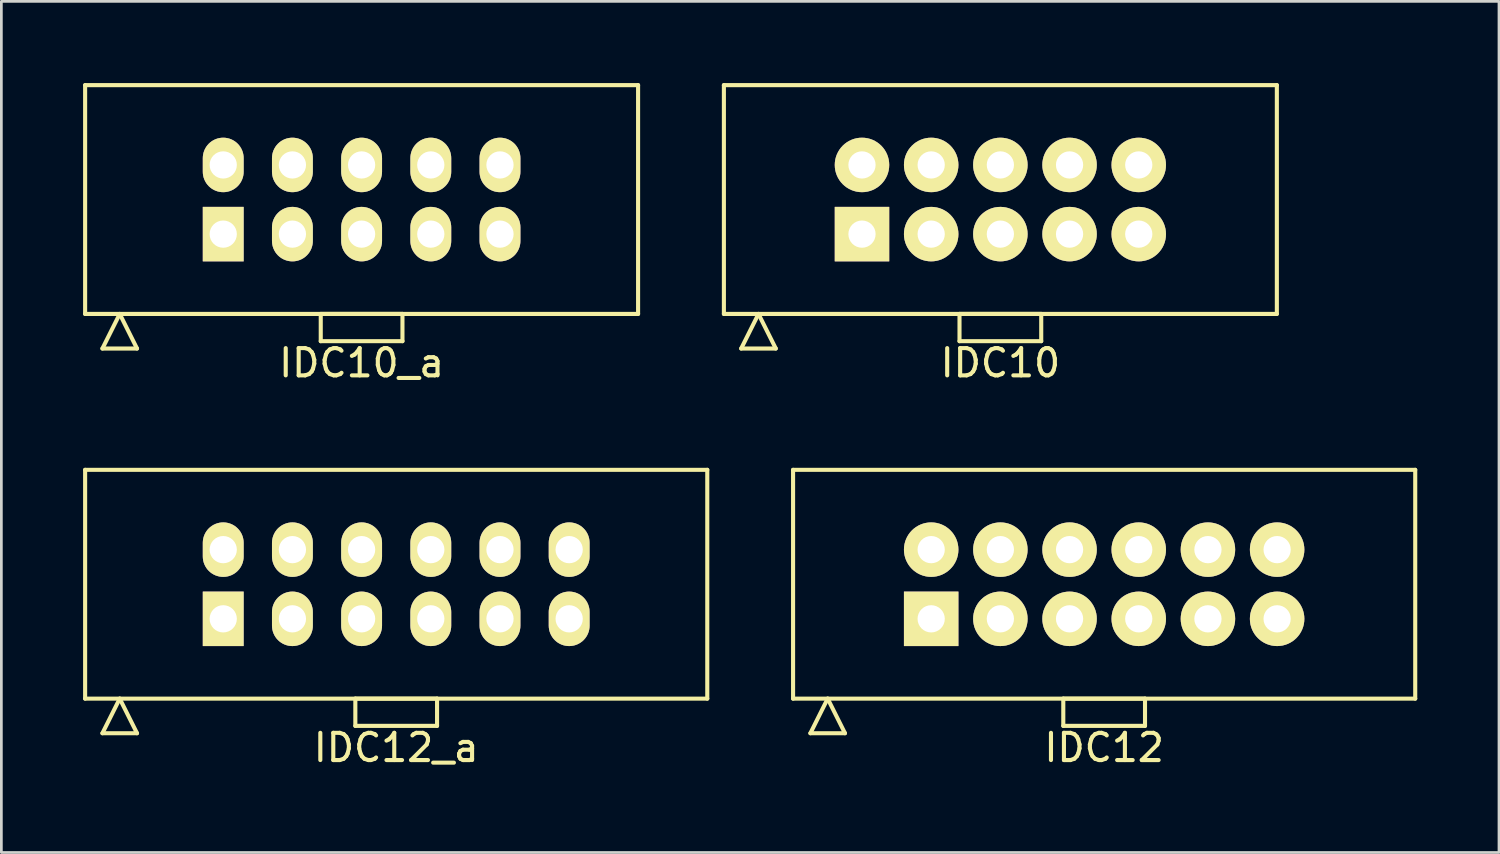
<source format=kicad_pcb>
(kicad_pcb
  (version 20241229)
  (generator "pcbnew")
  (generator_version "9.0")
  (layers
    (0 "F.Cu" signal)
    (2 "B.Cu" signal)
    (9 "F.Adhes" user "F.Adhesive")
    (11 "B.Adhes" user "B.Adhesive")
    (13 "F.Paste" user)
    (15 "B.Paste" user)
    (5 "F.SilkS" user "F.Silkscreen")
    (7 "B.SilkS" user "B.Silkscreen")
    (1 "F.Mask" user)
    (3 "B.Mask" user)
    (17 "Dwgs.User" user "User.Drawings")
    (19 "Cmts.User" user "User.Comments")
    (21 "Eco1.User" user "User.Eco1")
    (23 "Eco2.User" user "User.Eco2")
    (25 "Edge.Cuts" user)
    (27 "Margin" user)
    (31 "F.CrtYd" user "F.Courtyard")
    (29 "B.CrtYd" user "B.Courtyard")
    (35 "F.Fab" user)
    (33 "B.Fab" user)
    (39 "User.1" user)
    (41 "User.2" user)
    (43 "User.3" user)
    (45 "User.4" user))
  (footprint "IDC12_a"
    (layer "F.Cu")
    (at 11.495 18.398)
    (property "Reference" "IDC12_a" (at 0 6 0) (layer "F.SilkS") (effects (font (size 1 1) (thickness 0.15))))
    (attr through_hole)
    (fp_line (start -11.42 -4.2) (end -11.42 4.2) (stroke (width 0.15) (type solid)) (layer "F.SilkS"))
    (fp_line (start -11.42 4.2) (end 11.42 4.2) (stroke (width 0.15) (type solid)) (layer "F.SilkS"))
    (fp_line (start -10.785 5.47) (end -10.15 4.2) (stroke (width 0.15) (type solid)) (layer "F.SilkS"))
    (fp_line (start -10.785 5.47) (end -9.515 5.47) (stroke (width 0.15) (type solid)) (layer "F.SilkS"))
    (fp_line (start -9.515 5.47) (end -10.15 4.2) (stroke (width 0.15) (type solid)) (layer "F.SilkS"))
    (fp_line (start -1.5 4.2) (end -1.5 5.2) (stroke (width 0.15) (type solid)) (layer "F.SilkS"))
    (fp_line (start -1.5 5.2) (end 1.5 5.2) (stroke (width 0.15) (type solid)) (layer "F.SilkS"))
    (fp_line (start 1.5 4.2) (end -1.5 4.2) (stroke (width 0.15) (type solid)) (layer "F.SilkS"))
    (fp_line (start 1.5 5.2) (end 1.5 4.2) (stroke (width 0.15) (type solid)) (layer "F.SilkS"))
    (fp_line (start 11.42 -4.2) (end -11.42 -4.2) (stroke (width 0.15) (type solid)) (layer "F.SilkS"))
    (fp_line (start 11.42 4.2) (end 11.42 -4.2) (stroke (width 0.15) (type solid)) (layer "F.SilkS"))
    (pad "1" thru_hole rect (at -6.35 1.27) (size 1.5 2) (drill 1) (layers "*.Cu" "*.Mask" "F.SilkS"))
    (pad "2" thru_hole oval (at -6.35 -1.27) (size 1.5 2) (drill 1) (layers "*.Cu" "*.Mask" "F.SilkS"))
    (pad "3" thru_hole oval (at -3.81 1.27) (size 1.5 2) (drill 1) (layers "*.Cu" "*.Mask" "F.SilkS"))
    (pad "4" thru_hole oval (at -3.81 -1.27) (size 1.5 2) (drill 1) (layers "*.Cu" "*.Mask" "F.SilkS"))
    (pad "5" thru_hole oval (at -1.27 1.27) (size 1.5 2) (drill 1) (layers "*.Cu" "*.Mask" "F.SilkS"))
    (pad "6" thru_hole oval (at -1.27 -1.27) (size 1.5 2) (drill 1) (layers "*.Cu" "*.Mask" "F.SilkS"))
    (pad "7" thru_hole oval (at 1.27 1.27) (size 1.5 2) (drill 1) (layers "*.Cu" "*.Mask" "F.SilkS"))
    (pad "8" thru_hole oval (at 1.27 -1.27) (size 1.5 2) (drill 1) (layers "*.Cu" "*.Mask" "F.SilkS"))
    (pad "9" thru_hole oval (at 3.81 1.27) (size 1.5 2) (drill 1) (layers "*.Cu" "*.Mask" "F.SilkS"))
    (pad "10" thru_hole oval (at 3.81 -1.27) (size 1.5 2) (drill 1) (layers "*.Cu" "*.Mask" "F.SilkS"))
    (pad "11" thru_hole oval (at 6.35 1.27) (size 1.5 2) (drill 1) (layers "*.Cu" "*.Mask" "F.SilkS"))
    (pad "12" thru_hole oval (at 6.35 -1.27) (size 1.5 2) (drill 1) (layers "*.Cu" "*.Mask" "F.SilkS")))
  (footprint "IDC12"
    (layer "F.Cu")
    (at 37.485 18.398)
    (property "Reference" "IDC12" (at 0 6 0) (layer "F.SilkS") (effects (font (size 1 1) (thickness 0.15))))
    (attr through_hole)
    (fp_line (start -11.42 -4.2) (end -11.42 4.2) (stroke (width 0.15) (type solid)) (layer "F.SilkS"))
    (fp_line (start -11.42 4.2) (end 11.42 4.2) (stroke (width 0.15) (type solid)) (layer "F.SilkS"))
    (fp_line (start -10.785 5.47) (end -10.15 4.2) (stroke (width 0.15) (type solid)) (layer "F.SilkS"))
    (fp_line (start -10.785 5.47) (end -9.515 5.47) (stroke (width 0.15) (type solid)) (layer "F.SilkS"))
    (fp_line (start -9.515 5.47) (end -10.15 4.2) (stroke (width 0.15) (type solid)) (layer "F.SilkS"))
    (fp_line (start -1.5 4.2) (end -1.5 5.2) (stroke (width 0.15) (type solid)) (layer "F.SilkS"))
    (fp_line (start -1.5 5.2) (end 1.5 5.2) (stroke (width 0.15) (type solid)) (layer "F.SilkS"))
    (fp_line (start 1.5 4.2) (end -1.5 4.2) (stroke (width 0.15) (type solid)) (layer "F.SilkS"))
    (fp_line (start 1.5 5.2) (end 1.5 4.2) (stroke (width 0.15) (type solid)) (layer "F.SilkS"))
    (fp_line (start 11.42 -4.2) (end -11.42 -4.2) (stroke (width 0.15) (type solid)) (layer "F.SilkS"))
    (fp_line (start 11.42 4.2) (end 11.42 -4.2) (stroke (width 0.15) (type solid)) (layer "F.SilkS"))
    (pad "1" thru_hole rect (at -6.35 1.27) (size 2 2) (drill 1) (layers "*.Cu" "*.Mask" "F.SilkS"))
    (pad "2" thru_hole oval (at -6.35 -1.27) (size 2 2) (drill 1) (layers "*.Cu" "*.Mask" "F.SilkS"))
    (pad "3" thru_hole oval (at -3.81 1.27) (size 2 2) (drill 1) (layers "*.Cu" "*.Mask" "F.SilkS"))
    (pad "4" thru_hole oval (at -3.81 -1.27) (size 2 2) (drill 1) (layers "*.Cu" "*.Mask" "F.SilkS"))
    (pad "5" thru_hole oval (at -1.27 1.27) (size 2 2) (drill 1) (layers "*.Cu" "*.Mask" "F.SilkS"))
    (pad "6" thru_hole oval (at -1.27 -1.27) (size 2 2) (drill 1) (layers "*.Cu" "*.Mask" "F.SilkS"))
    (pad "7" thru_hole oval (at 1.27 1.27) (size 2 2) (drill 1) (layers "*.Cu" "*.Mask" "F.SilkS"))
    (pad "8" thru_hole oval (at 1.27 -1.27) (size 2 2) (drill 1) (layers "*.Cu" "*.Mask" "F.SilkS"))
    (pad "9" thru_hole oval (at 3.81 1.27) (size 2 2) (drill 1) (layers "*.Cu" "*.Mask" "F.SilkS"))
    (pad "10" thru_hole oval (at 3.81 -1.27) (size 2 2) (drill 1) (layers "*.Cu" "*.Mask" "F.SilkS"))
    (pad "11" thru_hole oval (at 6.35 1.27) (size 2 2) (drill 1) (layers "*.Cu" "*.Mask" "F.SilkS"))
    (pad "12" thru_hole oval (at 6.35 -1.27) (size 2 2) (drill 1) (layers "*.Cu" "*.Mask" "F.SilkS")))
  (footprint "IDC10"
    (layer "F.Cu")
    (at 33.675 4.275)
    (property "Reference" "IDC10" (at 0 6 0) (layer "F.SilkS") (effects (font (size 1 1) (thickness 0.15))))
    (attr through_hole)
    (fp_line (start -10.15 -4.2) (end -10.15 4.2) (stroke (width 0.15) (type solid)) (layer "F.SilkS"))
    (fp_line (start -10.15 4.2) (end 10.15 4.2) (stroke (width 0.15) (type solid)) (layer "F.SilkS"))
    (fp_line (start -9.515 5.47) (end -8.88 4.2) (stroke (width 0.15) (type solid)) (layer "F.SilkS"))
    (fp_line (start -9.515 5.47) (end -8.245 5.47) (stroke (width 0.15) (type solid)) (layer "F.SilkS"))
    (fp_line (start -8.245 5.47) (end -8.88 4.2) (stroke (width 0.15) (type solid)) (layer "F.SilkS"))
    (fp_line (start -1.5 4.2) (end -1.5 5.2) (stroke (width 0.15) (type solid)) (layer "F.SilkS"))
    (fp_line (start -1.5 5.2) (end 1.5 5.2) (stroke (width 0.15) (type solid)) (layer "F.SilkS"))
    (fp_line (start 1.5 4.2) (end -1.5 4.2) (stroke (width 0.15) (type solid)) (layer "F.SilkS"))
    (fp_line (start 1.5 5.2) (end 1.5 4.2) (stroke (width 0.15) (type solid)) (layer "F.SilkS"))
    (fp_line (start 10.15 -4.2) (end -10.15 -4.2) (stroke (width 0.15) (type solid)) (layer "F.SilkS"))
    (fp_line (start 10.15 4.2) (end 10.15 -4.2) (stroke (width 0.15) (type solid)) (layer "F.SilkS"))
    (pad "1" thru_hole rect (at -5.08 1.27) (size 2 2) (drill 1) (layers "*.Cu" "*.Mask" "F.SilkS"))
    (pad "2" thru_hole oval (at -5.08 -1.27) (size 2 2) (drill 1) (layers "*.Cu" "*.Mask" "F.SilkS"))
    (pad "3" thru_hole oval (at -2.54 1.27) (size 2 2) (drill 1) (layers "*.Cu" "*.Mask" "F.SilkS"))
    (pad "4" thru_hole oval (at -2.54 -1.27) (size 2 2) (drill 1) (layers "*.Cu" "*.Mask" "F.SilkS"))
    (pad "5" thru_hole oval (at 0 1.27) (size 2 2) (drill 1) (layers "*.Cu" "*.Mask" "F.SilkS"))
    (pad "6" thru_hole oval (at 0 -1.27) (size 2 2) (drill 1) (layers "*.Cu" "*.Mask" "F.SilkS"))
    (pad "7" thru_hole oval (at 2.54 1.27) (size 2 2) (drill 1) (layers "*.Cu" "*.Mask" "F.SilkS"))
    (pad "8" thru_hole oval (at 2.54 -1.27) (size 2 2) (drill 1) (layers "*.Cu" "*.Mask" "F.SilkS"))
    (pad "9" thru_hole oval (at 5.08 1.27) (size 2 2) (drill 1) (layers "*.Cu" "*.Mask" "F.SilkS"))
    (pad "10" thru_hole oval (at 5.08 -1.27) (size 2 2) (drill 1) (layers "*.Cu" "*.Mask" "F.SilkS")))
  (footprint "IDC10_a"
    (layer "F.Cu")
    (at 10.225 4.275)
    (property "Reference" "IDC10_a" (at 0 6 0) (layer "F.SilkS") (effects (font (size 1 1) (thickness 0.15))))
    (attr through_hole)
    (fp_line (start -10.15 -4.2) (end -10.15 4.2) (stroke (width 0.15) (type solid)) (layer "F.SilkS"))
    (fp_line (start -10.15 4.2) (end 10.15 4.2) (stroke (width 0.15) (type solid)) (layer "F.SilkS"))
    (fp_line (start -9.515 5.47) (end -8.88 4.2) (stroke (width 0.15) (type solid)) (layer "F.SilkS"))
    (fp_line (start -9.515 5.47) (end -8.245 5.47) (stroke (width 0.15) (type solid)) (layer "F.SilkS"))
    (fp_line (start -8.245 5.47) (end -8.88 4.2) (stroke (width 0.15) (type solid)) (layer "F.SilkS"))
    (fp_line (start -1.5 4.2) (end -1.5 5.2) (stroke (width 0.15) (type solid)) (layer "F.SilkS"))
    (fp_line (start -1.5 5.2) (end 1.5 5.2) (stroke (width 0.15) (type solid)) (layer "F.SilkS"))
    (fp_line (start 1.5 4.2) (end -1.5 4.2) (stroke (width 0.15) (type solid)) (layer "F.SilkS"))
    (fp_line (start 1.5 5.2) (end 1.5 4.2) (stroke (width 0.15) (type solid)) (layer "F.SilkS"))
    (fp_line (start 10.15 -4.2) (end -10.15 -4.2) (stroke (width 0.15) (type solid)) (layer "F.SilkS"))
    (fp_line (start 10.15 4.2) (end 10.15 -4.2) (stroke (width 0.15) (type solid)) (layer "F.SilkS"))
    (pad "1" thru_hole rect (at -5.08 1.27) (size 1.5 2) (drill 1) (layers "*.Cu" "*.Mask" "F.SilkS"))
    (pad "2" thru_hole oval (at -5.08 -1.27) (size 1.5 2) (drill 1) (layers "*.Cu" "*.Mask" "F.SilkS"))
    (pad "3" thru_hole oval (at -2.54 1.27) (size 1.5 2) (drill 1) (layers "*.Cu" "*.Mask" "F.SilkS"))
    (pad "4" thru_hole oval (at -2.54 -1.27) (size 1.5 2) (drill 1) (layers "*.Cu" "*.Mask" "F.SilkS"))
    (pad "5" thru_hole oval (at 0 1.27) (size 1.5 2) (drill 1) (layers "*.Cu" "*.Mask" "F.SilkS"))
    (pad "6" thru_hole oval (at 0 -1.27) (size 1.5 2) (drill 1) (layers "*.Cu" "*.Mask" "F.SilkS"))
    (pad "7" thru_hole oval (at 2.54 1.27) (size 1.5 2) (drill 1) (layers "*.Cu" "*.Mask" "F.SilkS"))
    (pad "8" thru_hole oval (at 2.54 -1.27) (size 1.5 2) (drill 1) (layers "*.Cu" "*.Mask" "F.SilkS"))
    (pad "9" thru_hole oval (at 5.08 1.27) (size 1.5 2) (drill 1) (layers "*.Cu" "*.Mask" "F.SilkS"))
    (pad "10" thru_hole oval (at 5.08 -1.27) (size 1.5 2) (drill 1) (layers "*.Cu" "*.Mask" "F.SilkS")))
  (gr_rect
    (start -3 -3)
    (end 51.98 28.247)
    (stroke (width 0.1) (type default))
    (fill no)
    (layer "Edge.Cuts")))
</source>
